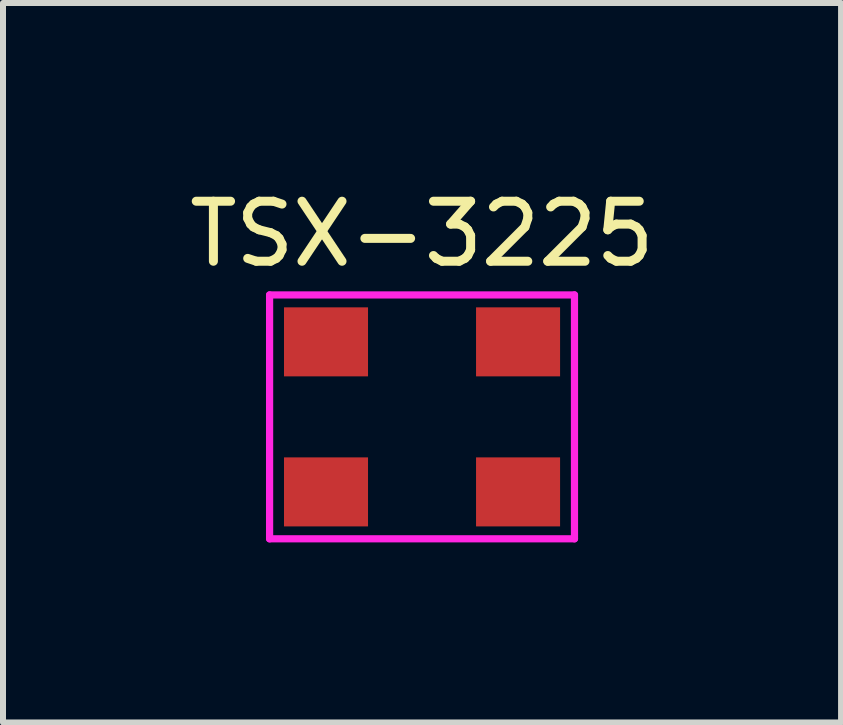
<source format=kicad_pcb>
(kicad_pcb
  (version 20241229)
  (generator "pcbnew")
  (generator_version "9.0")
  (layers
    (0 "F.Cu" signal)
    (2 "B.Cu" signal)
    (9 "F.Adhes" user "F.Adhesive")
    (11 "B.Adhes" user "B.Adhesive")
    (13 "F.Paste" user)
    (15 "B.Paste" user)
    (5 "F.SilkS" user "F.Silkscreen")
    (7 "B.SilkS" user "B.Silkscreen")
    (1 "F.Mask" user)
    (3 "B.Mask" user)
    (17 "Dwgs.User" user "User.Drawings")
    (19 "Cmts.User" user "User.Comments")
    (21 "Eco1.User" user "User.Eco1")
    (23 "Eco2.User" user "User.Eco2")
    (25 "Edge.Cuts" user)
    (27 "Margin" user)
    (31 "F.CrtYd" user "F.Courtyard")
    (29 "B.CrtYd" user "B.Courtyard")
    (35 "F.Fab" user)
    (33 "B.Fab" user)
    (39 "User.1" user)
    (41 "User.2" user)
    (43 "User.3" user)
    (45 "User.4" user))
  (footprint "TSX-3225"
    (layer "F.Cu")
    (at 3.982 3.896)
    (property "Reference" "TSX-3225" (at 0 -3.048 0) (layer "F.SilkS") (effects (font (size 1 1) (thickness 0.15))))
    (attr through_hole)
    (fp_line (start -2.54 -2.032) (end 2.54 -2.032) (stroke (width 0.12) (type solid)) (layer "F.CrtYd"))
    (fp_line (start -2.54 2.032) (end -2.54 -2.032) (stroke (width 0.12) (type solid)) (layer "F.CrtYd"))
    (fp_line (start 2.54 -2.032) (end 2.54 2.032) (stroke (width 0.12) (type solid)) (layer "F.CrtYd"))
    (fp_line (start 2.54 2.032) (end -2.54 2.032) (stroke (width 0.12) (type solid)) (layer "F.CrtYd"))
    (pad "1" smd rect (at -1.6 1.25) (size 1.4 1.15) (layers "F.Cu" "F.Mask" "F.Paste"))
    (pad "2" smd rect (at 1.6 1.25) (size 1.4 1.15) (layers "F.Cu" "F.Mask" "F.Paste"))
    (pad "3" smd rect (at 1.6 -1.25) (size 1.4 1.15) (layers "F.Cu" "F.Mask" "F.Paste"))
    (pad "4" smd rect (at -1.6 -1.25) (size 1.4 1.15) (layers "F.Cu" "F.Mask" "F.Paste")))
  (gr_rect
    (start -3 -3)
    (end 10.964 8.988)
    (stroke (width 0.1) (type default))
    (fill no)
    (layer "Edge.Cuts")))
</source>
